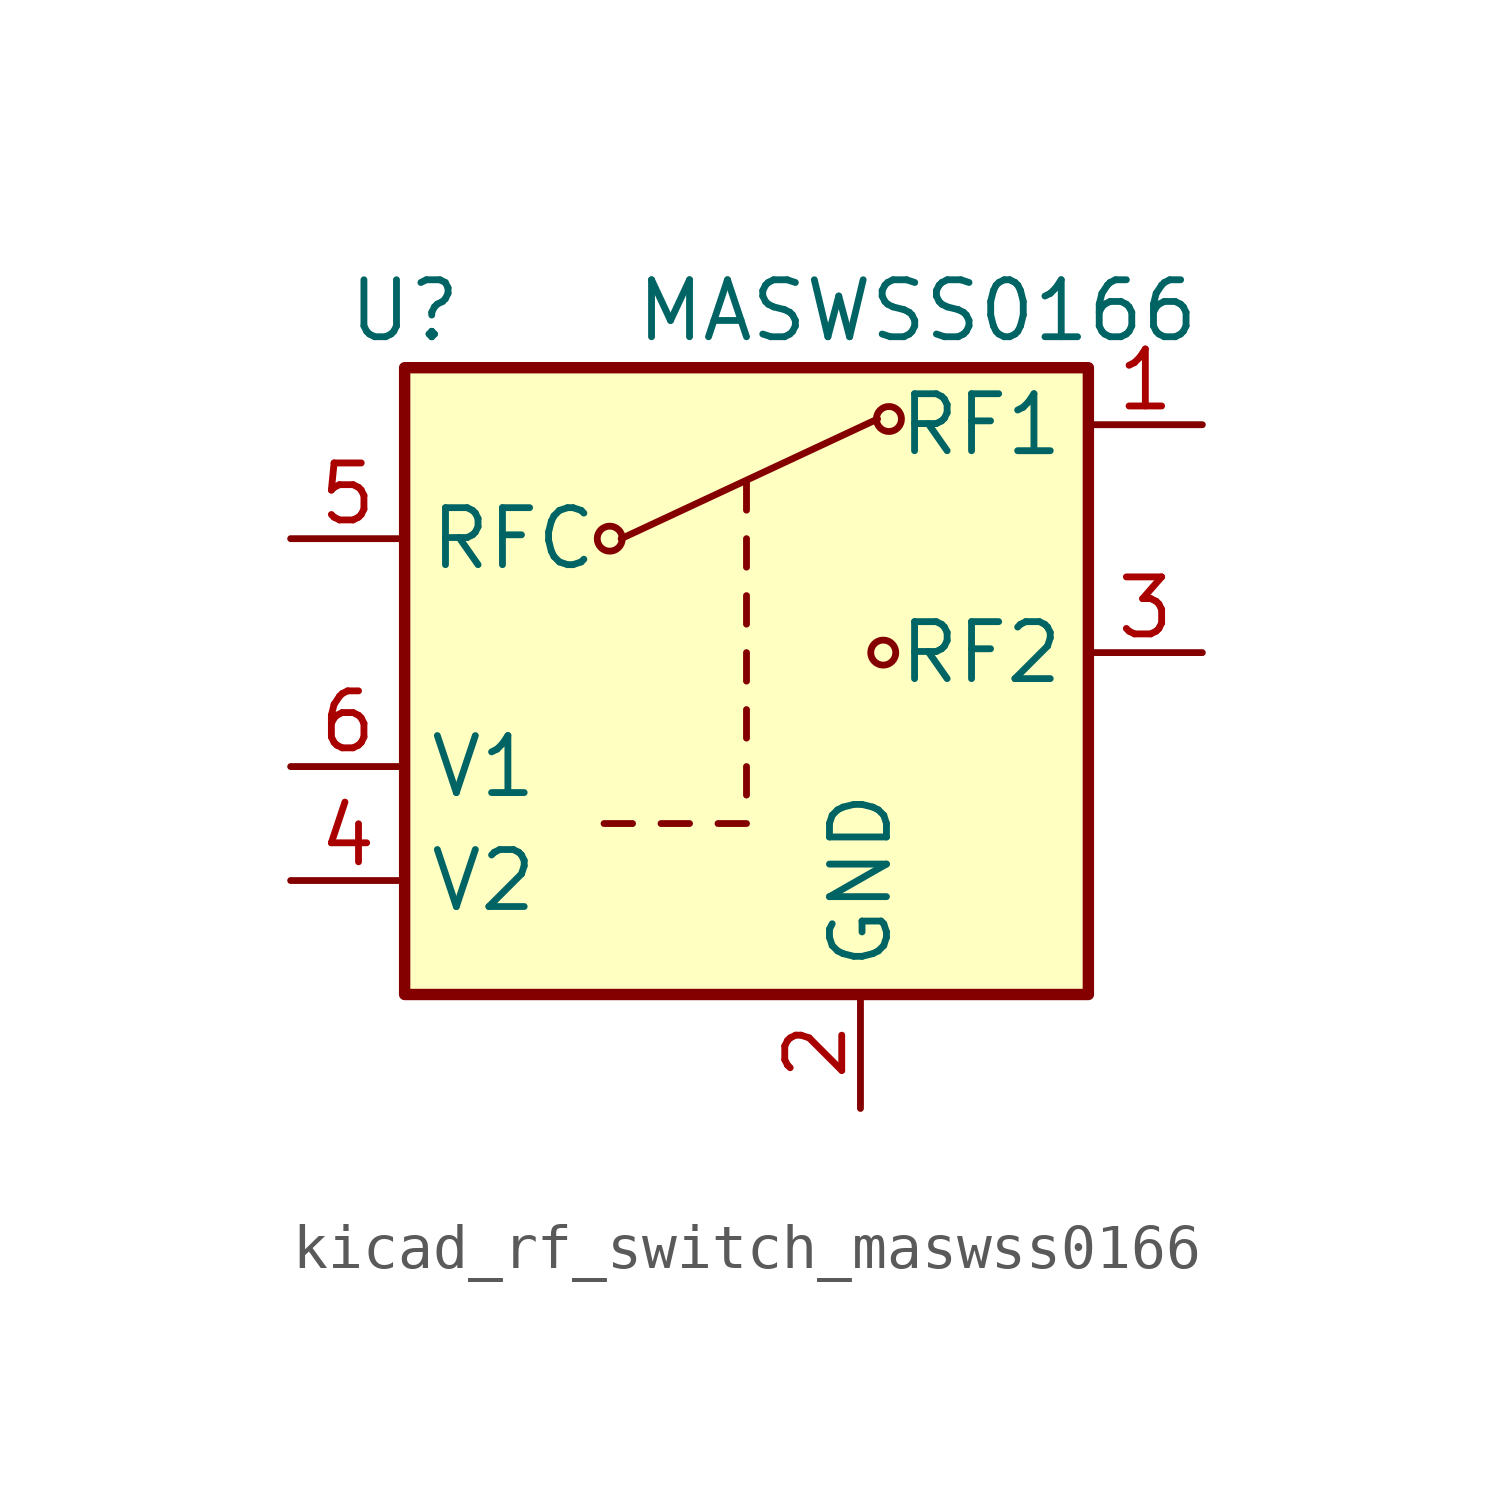
<source format=kicad_sym>
(kicad_symbol_lib
  (version 20220914)
  (generator kicad_symbol_editor)
  (symbol "kicad_rf_switch_maswss0166"
    (property "Reference" "U"
      (at -7.62 7.62 0)
      (effects (font (size 1.27 1.27))))
    (property "Value" "MASWSS0166"
      (at 3.81 7.62 0)
      (effects (font (size 1.27 1.27))))
    (symbol "kicad_rf_switch_maswss0166_0_1"
      (circle (center -3.048 2.54) (radius 0.279) (stroke (width 0) (type default)) (fill (type none)))
      (polyline (pts (xy -3.175 -3.81) (xy -2.54 -3.81)) (stroke (width 0) (type default)) (fill (type none)))
      (polyline (pts (xy -2.794 2.54) (xy 2.921 5.207)) (stroke (width 0) (type default)) (fill (type none)))
      (polyline (pts (xy -1.905 -3.81) (xy -1.27 -3.81)) (stroke (width 0) (type default)) (fill (type none)))
      (polyline (pts (xy -0.635 -3.81) (xy 0 -3.81)) (stroke (width 0) (type default)) (fill (type none)))
      (polyline (pts (xy 0 -3.175) (xy 0 -2.54)) (stroke (width 0) (type default)) (fill (type none)))
      (polyline (pts (xy 0 -1.905) (xy 0 -1.27)) (stroke (width 0) (type default)) (fill (type none)))
      (polyline (pts (xy 0 -0.635) (xy 0 0)) (stroke (width 0) (type default)) (fill (type none)))
      (polyline (pts (xy 0 0.635) (xy 0 1.27)) (stroke (width 0) (type default)) (fill (type none)))
      (polyline (pts (xy 0 1.905) (xy 0 2.54)) (stroke (width 0) (type default)) (fill (type none)))
      (polyline (pts (xy 0 3.175) (xy 0 3.81)) (stroke (width 0) (type default)) (fill (type none)))
      (circle (center 3.048 0) (radius 0.279) (stroke (width 0) (type default)) (fill (type none)))
      (circle (center 3.175 5.207) (radius 0.279) (stroke (width 0) (type default)) (fill (type none)))
      (rectangle (start 7.62 -7.62) (end -7.62 6.35) (stroke (width 0.254) (type default)) (fill (type background))))
    (symbol "kicad_rf_switch_maswss0166_1_1"
      (pin passive line (at 10.16 5.08 180) (length 2.54) (name "RF1" (effects (font (size 1.27 1.27)))) (number "1" (effects (font (size 1.27 1.27)))))
      (pin power_in line (at 2.54 -10.16 90) (length 2.54) (name "GND" (effects (font (size 1.27 1.27)))) (number "2" (effects (font (size 1.27 1.27)))))
      (pin passive line (at 10.16 0 180) (length 2.54) (name "RF2" (effects (font (size 1.27 1.27)))) (number "3" (effects (font (size 1.27 1.27)))))
      (pin input line (at -10.16 -5.08 0) (length 2.54) (name "V2" (effects (font (size 1.27 1.27)))) (number "4" (effects (font (size 1.27 1.27)))))
      (pin passive line (at -10.16 2.54 0) (length 2.54) (name "RFC" (effects (font (size 1.27 1.27)))) (number "5" (effects (font (size 1.27 1.27)))))
      (pin input line (at -10.16 -2.54 0) (length 2.54) (name "V1" (effects (font (size 1.27 1.27)))) (number "6" (effects (font (size 1.27 1.27))))))))
</source>
